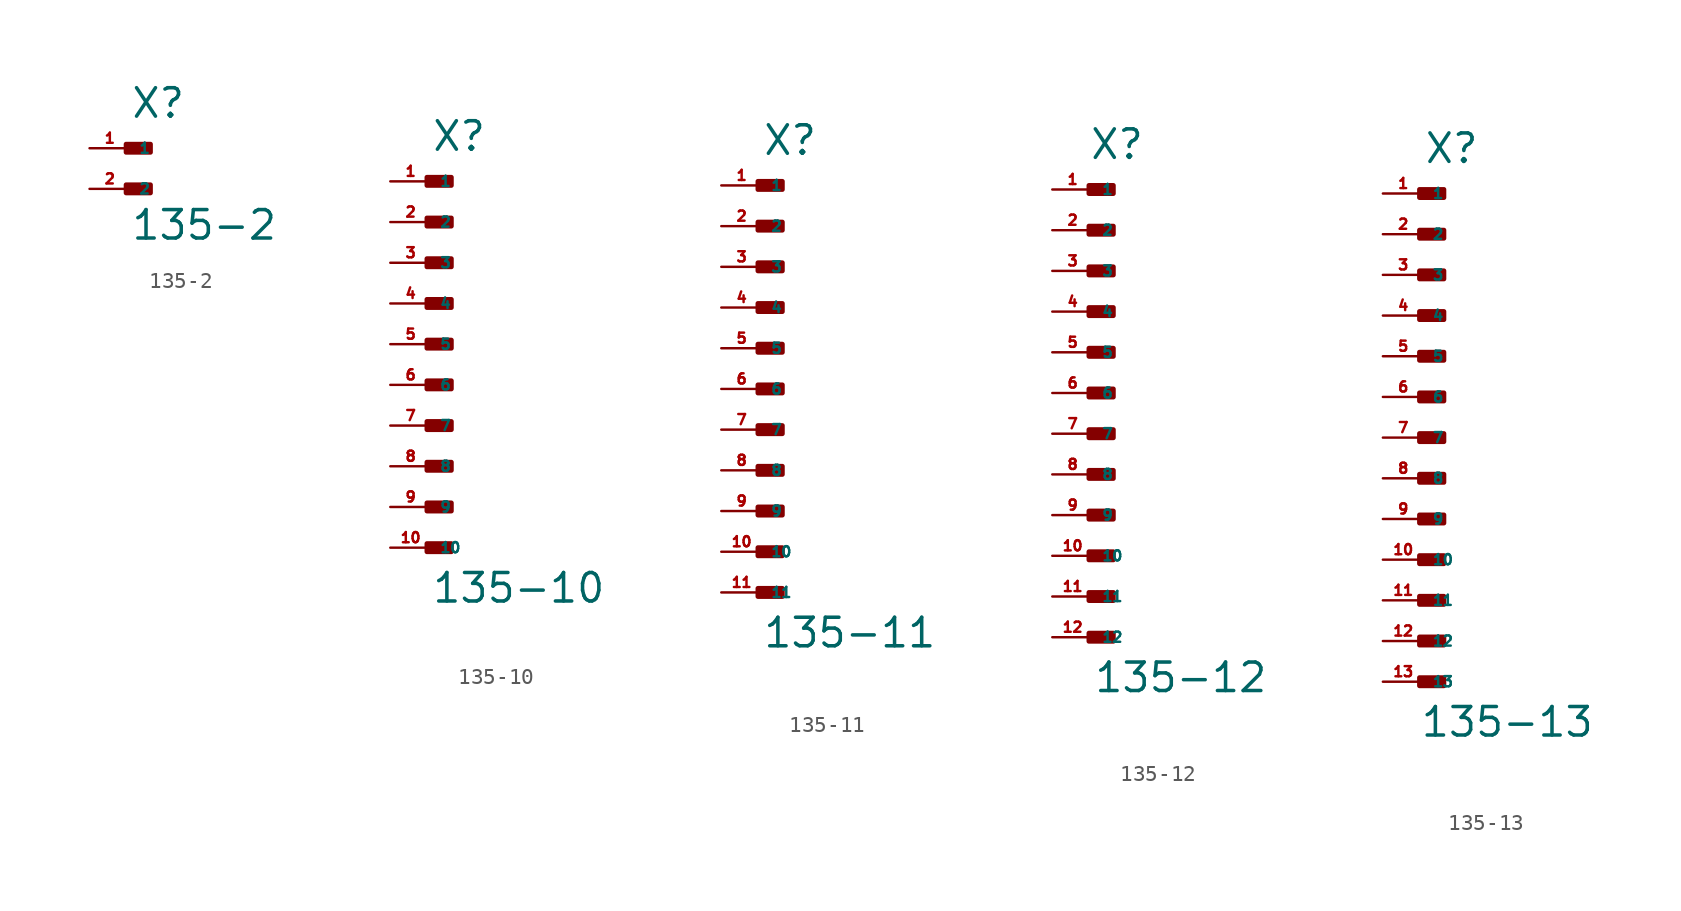
<source format=kicad_sym>
(kicad_symbol_lib
  (version 20220914)
  (generator Eagle2Kicad)
  (symbol "135-2"
    (property "Reference" "X"
      (at 0 1.778 0)
      (effects (font (size 1.778 1.778) (thickness 0.22)) (justify left bottom)))
    (property "Value" "135-2"
      (at 0 -5.842 0)
      (effects (font (size 1.778 1.778) (thickness 0.22)) (justify left bottom)))
    (rectangle
      (start -0.254 -0.254)
      (end 1.27 0.254)
      (stroke (width 0.3) (type default))
      (fill (type outline)))
    (rectangle
      (start -0.254 -2.794)
      (end 1.27 -2.286)
      (stroke (width 0.3) (type default))
      (fill (type outline)))
    (pin passive line
      (at -2.54 0 0)
      (length 2.54)
      (name "1" (effects (font (size 0.635 0.635) (thickness 0.08)) (justify left bottom)))
      (number "1" (effects (font (size 0.635 0.635) (thickness 0.08)) (justify left bottom))))
    (pin passive line
      (at -2.54 -2.54 0)
      (length 2.54)
      (name "2" (effects (font (size 0.635 0.635) (thickness 0.08)) (justify left bottom)))
      (number "2" (effects (font (size 0.635 0.635) (thickness 0.08)) (justify left bottom)))))
  (symbol "135-10"
    (property "Reference" "X"
      (at 0 11.938 0)
      (effects (font (size 1.778 1.778) (thickness 0.22)) (justify left bottom)))
    (property "Value" "135-10"
      (at 0 -16.256 0)
      (effects (font (size 1.778 1.778) (thickness 0.22)) (justify left bottom)))
    (rectangle
      (start -0.254 9.906)
      (end 1.27 10.414)
      (stroke (width 0.3) (type default))
      (fill (type outline)))
    (rectangle
      (start -0.254 7.366)
      (end 1.27 7.874)
      (stroke (width 0.3) (type default))
      (fill (type outline)))
    (rectangle
      (start -0.254 4.826)
      (end 1.27 5.334)
      (stroke (width 0.3) (type default))
      (fill (type outline)))
    (rectangle
      (start -0.254 2.286)
      (end 1.27 2.794)
      (stroke (width 0.3) (type default))
      (fill (type outline)))
    (rectangle
      (start -0.254 -0.254)
      (end 1.27 0.254)
      (stroke (width 0.3) (type default))
      (fill (type outline)))
    (rectangle
      (start -0.254 -2.794)
      (end 1.27 -2.286)
      (stroke (width 0.3) (type default))
      (fill (type outline)))
    (rectangle
      (start -0.254 -5.334)
      (end 1.27 -4.826)
      (stroke (width 0.3) (type default))
      (fill (type outline)))
    (rectangle
      (start -0.254 -7.874)
      (end 1.27 -7.366)
      (stroke (width 0.3) (type default))
      (fill (type outline)))
    (rectangle
      (start -0.254 -10.414)
      (end 1.27 -9.906)
      (stroke (width 0.3) (type default))
      (fill (type outline)))
    (rectangle
      (start -0.254 -12.954)
      (end 1.27 -12.446)
      (stroke (width 0.3) (type default))
      (fill (type outline)))
    (pin passive line
      (at -2.54 10.16 0)
      (length 2.54)
      (name "1" (effects (font (size 0.635 0.635) (thickness 0.08)) (justify left bottom)))
      (number "1" (effects (font (size 0.635 0.635) (thickness 0.08)) (justify left bottom))))
    (pin passive line
      (at -2.54 7.62 0)
      (length 2.54)
      (name "2" (effects (font (size 0.635 0.635) (thickness 0.08)) (justify left bottom)))
      (number "2" (effects (font (size 0.635 0.635) (thickness 0.08)) (justify left bottom))))
    (pin passive line
      (at -2.54 5.08 0)
      (length 2.54)
      (name "3" (effects (font (size 0.635 0.635) (thickness 0.08)) (justify left bottom)))
      (number "3" (effects (font (size 0.635 0.635) (thickness 0.08)) (justify left bottom))))
    (pin passive line
      (at -2.54 2.54 0)
      (length 2.54)
      (name "4" (effects (font (size 0.635 0.635) (thickness 0.08)) (justify left bottom)))
      (number "4" (effects (font (size 0.635 0.635) (thickness 0.08)) (justify left bottom))))
    (pin passive line
      (at -2.54 0 0)
      (length 2.54)
      (name "5" (effects (font (size 0.635 0.635) (thickness 0.08)) (justify left bottom)))
      (number "5" (effects (font (size 0.635 0.635) (thickness 0.08)) (justify left bottom))))
    (pin passive line
      (at -2.54 -2.54 0)
      (length 2.54)
      (name "6" (effects (font (size 0.635 0.635) (thickness 0.08)) (justify left bottom)))
      (number "6" (effects (font (size 0.635 0.635) (thickness 0.08)) (justify left bottom))))
    (pin passive line
      (at -2.54 -5.08 0)
      (length 2.54)
      (name "7" (effects (font (size 0.635 0.635) (thickness 0.08)) (justify left bottom)))
      (number "7" (effects (font (size 0.635 0.635) (thickness 0.08)) (justify left bottom))))
    (pin passive line
      (at -2.54 -7.62 0)
      (length 2.54)
      (name "8" (effects (font (size 0.635 0.635) (thickness 0.08)) (justify left bottom)))
      (number "8" (effects (font (size 0.635 0.635) (thickness 0.08)) (justify left bottom))))
    (pin passive line
      (at -2.54 -10.16 0)
      (length 2.54)
      (name "9" (effects (font (size 0.635 0.635) (thickness 0.08)) (justify left bottom)))
      (number "9" (effects (font (size 0.635 0.635) (thickness 0.08)) (justify left bottom))))
    (pin passive line
      (at -2.54 -12.7 0)
      (length 2.54)
      (name "10" (effects (font (size 0.635 0.635) (thickness 0.08)) (justify left bottom)))
      (number "10" (effects (font (size 0.635 0.635) (thickness 0.08)) (justify left bottom)))))
  (symbol "135-11"
    (property "Reference" "X"
      (at 0 14.478 0)
      (effects (font (size 1.778 1.778) (thickness 0.22)) (justify left bottom)))
    (property "Value" "135-11"
      (at 0 -16.256 0)
      (effects (font (size 1.778 1.778) (thickness 0.22)) (justify left bottom)))
    (rectangle
      (start -0.254 12.446)
      (end 1.27 12.954)
      (stroke (width 0.3) (type default))
      (fill (type outline)))
    (rectangle
      (start -0.254 9.906)
      (end 1.27 10.414)
      (stroke (width 0.3) (type default))
      (fill (type outline)))
    (rectangle
      (start -0.254 7.366)
      (end 1.27 7.874)
      (stroke (width 0.3) (type default))
      (fill (type outline)))
    (rectangle
      (start -0.254 4.826)
      (end 1.27 5.334)
      (stroke (width 0.3) (type default))
      (fill (type outline)))
    (rectangle
      (start -0.254 2.286)
      (end 1.27 2.794)
      (stroke (width 0.3) (type default))
      (fill (type outline)))
    (rectangle
      (start -0.254 -0.254)
      (end 1.27 0.254)
      (stroke (width 0.3) (type default))
      (fill (type outline)))
    (rectangle
      (start -0.254 -2.794)
      (end 1.27 -2.286)
      (stroke (width 0.3) (type default))
      (fill (type outline)))
    (rectangle
      (start -0.254 -5.334)
      (end 1.27 -4.826)
      (stroke (width 0.3) (type default))
      (fill (type outline)))
    (rectangle
      (start -0.254 -7.874)
      (end 1.27 -7.366)
      (stroke (width 0.3) (type default))
      (fill (type outline)))
    (rectangle
      (start -0.254 -10.414)
      (end 1.27 -9.906)
      (stroke (width 0.3) (type default))
      (fill (type outline)))
    (rectangle
      (start -0.254 -12.954)
      (end 1.27 -12.446)
      (stroke (width 0.3) (type default))
      (fill (type outline)))
    (pin passive line
      (at -2.54 12.7 0)
      (length 2.54)
      (name "1" (effects (font (size 0.635 0.635) (thickness 0.08)) (justify left bottom)))
      (number "1" (effects (font (size 0.635 0.635) (thickness 0.08)) (justify left bottom))))
    (pin passive line
      (at -2.54 10.16 0)
      (length 2.54)
      (name "2" (effects (font (size 0.635 0.635) (thickness 0.08)) (justify left bottom)))
      (number "2" (effects (font (size 0.635 0.635) (thickness 0.08)) (justify left bottom))))
    (pin passive line
      (at -2.54 7.62 0)
      (length 2.54)
      (name "3" (effects (font (size 0.635 0.635) (thickness 0.08)) (justify left bottom)))
      (number "3" (effects (font (size 0.635 0.635) (thickness 0.08)) (justify left bottom))))
    (pin passive line
      (at -2.54 5.08 0)
      (length 2.54)
      (name "4" (effects (font (size 0.635 0.635) (thickness 0.08)) (justify left bottom)))
      (number "4" (effects (font (size 0.635 0.635) (thickness 0.08)) (justify left bottom))))
    (pin passive line
      (at -2.54 2.54 0)
      (length 2.54)
      (name "5" (effects (font (size 0.635 0.635) (thickness 0.08)) (justify left bottom)))
      (number "5" (effects (font (size 0.635 0.635) (thickness 0.08)) (justify left bottom))))
    (pin passive line
      (at -2.54 0 0)
      (length 2.54)
      (name "6" (effects (font (size 0.635 0.635) (thickness 0.08)) (justify left bottom)))
      (number "6" (effects (font (size 0.635 0.635) (thickness 0.08)) (justify left bottom))))
    (pin passive line
      (at -2.54 -2.54 0)
      (length 2.54)
      (name "7" (effects (font (size 0.635 0.635) (thickness 0.08)) (justify left bottom)))
      (number "7" (effects (font (size 0.635 0.635) (thickness 0.08)) (justify left bottom))))
    (pin passive line
      (at -2.54 -5.08 0)
      (length 2.54)
      (name "8" (effects (font (size 0.635 0.635) (thickness 0.08)) (justify left bottom)))
      (number "8" (effects (font (size 0.635 0.635) (thickness 0.08)) (justify left bottom))))
    (pin passive line
      (at -2.54 -7.62 0)
      (length 2.54)
      (name "9" (effects (font (size 0.635 0.635) (thickness 0.08)) (justify left bottom)))
      (number "9" (effects (font (size 0.635 0.635) (thickness 0.08)) (justify left bottom))))
    (pin passive line
      (at -2.54 -10.16 0)
      (length 2.54)
      (name "10" (effects (font (size 0.635 0.635) (thickness 0.08)) (justify left bottom)))
      (number "10" (effects (font (size 0.635 0.635) (thickness 0.08)) (justify left bottom))))
    (pin passive line
      (at -2.54 -12.7 0)
      (length 2.54)
      (name "11" (effects (font (size 0.635 0.635) (thickness 0.08)) (justify left bottom)))
      (number "11" (effects (font (size 0.635 0.635) (thickness 0.08)) (justify left bottom)))))
  (symbol "135-12"
    (property "Reference" "X"
      (at -0.254 14.478 0)
      (effects (font (size 1.778 1.778) (thickness 0.22)) (justify left bottom)))
    (property "Value" "135-12"
      (at 0 -18.796 0)
      (effects (font (size 1.778 1.778) (thickness 0.22)) (justify left bottom)))
    (rectangle
      (start -0.254 12.446)
      (end 1.27 12.954)
      (stroke (width 0.3) (type default))
      (fill (type outline)))
    (rectangle
      (start -0.254 9.906)
      (end 1.27 10.414)
      (stroke (width 0.3) (type default))
      (fill (type outline)))
    (rectangle
      (start -0.254 7.366)
      (end 1.27 7.874)
      (stroke (width 0.3) (type default))
      (fill (type outline)))
    (rectangle
      (start -0.254 4.826)
      (end 1.27 5.334)
      (stroke (width 0.3) (type default))
      (fill (type outline)))
    (rectangle
      (start -0.254 2.286)
      (end 1.27 2.794)
      (stroke (width 0.3) (type default))
      (fill (type outline)))
    (rectangle
      (start -0.254 -0.254)
      (end 1.27 0.254)
      (stroke (width 0.3) (type default))
      (fill (type outline)))
    (rectangle
      (start -0.254 -2.794)
      (end 1.27 -2.286)
      (stroke (width 0.3) (type default))
      (fill (type outline)))
    (rectangle
      (start -0.254 -5.334)
      (end 1.27 -4.826)
      (stroke (width 0.3) (type default))
      (fill (type outline)))
    (rectangle
      (start -0.254 -7.874)
      (end 1.27 -7.366)
      (stroke (width 0.3) (type default))
      (fill (type outline)))
    (rectangle
      (start -0.254 -10.414)
      (end 1.27 -9.906)
      (stroke (width 0.3) (type default))
      (fill (type outline)))
    (rectangle
      (start -0.254 -12.954)
      (end 1.27 -12.446)
      (stroke (width 0.3) (type default))
      (fill (type outline)))
    (rectangle
      (start -0.254 -15.494)
      (end 1.27 -14.986)
      (stroke (width 0.3) (type default))
      (fill (type outline)))
    (pin passive line
      (at -2.54 12.7 0)
      (length 2.54)
      (name "1" (effects (font (size 0.635 0.635) (thickness 0.08)) (justify left bottom)))
      (number "1" (effects (font (size 0.635 0.635) (thickness 0.08)) (justify left bottom))))
    (pin passive line
      (at -2.54 10.16 0)
      (length 2.54)
      (name "2" (effects (font (size 0.635 0.635) (thickness 0.08)) (justify left bottom)))
      (number "2" (effects (font (size 0.635 0.635) (thickness 0.08)) (justify left bottom))))
    (pin passive line
      (at -2.54 7.62 0)
      (length 2.54)
      (name "3" (effects (font (size 0.635 0.635) (thickness 0.08)) (justify left bottom)))
      (number "3" (effects (font (size 0.635 0.635) (thickness 0.08)) (justify left bottom))))
    (pin passive line
      (at -2.54 5.08 0)
      (length 2.54)
      (name "4" (effects (font (size 0.635 0.635) (thickness 0.08)) (justify left bottom)))
      (number "4" (effects (font (size 0.635 0.635) (thickness 0.08)) (justify left bottom))))
    (pin passive line
      (at -2.54 2.54 0)
      (length 2.54)
      (name "5" (effects (font (size 0.635 0.635) (thickness 0.08)) (justify left bottom)))
      (number "5" (effects (font (size 0.635 0.635) (thickness 0.08)) (justify left bottom))))
    (pin passive line
      (at -2.54 0 0)
      (length 2.54)
      (name "6" (effects (font (size 0.635 0.635) (thickness 0.08)) (justify left bottom)))
      (number "6" (effects (font (size 0.635 0.635) (thickness 0.08)) (justify left bottom))))
    (pin passive line
      (at -2.54 -2.54 0)
      (length 2.54)
      (name "7" (effects (font (size 0.635 0.635) (thickness 0.08)) (justify left bottom)))
      (number "7" (effects (font (size 0.635 0.635) (thickness 0.08)) (justify left bottom))))
    (pin passive line
      (at -2.54 -5.08 0)
      (length 2.54)
      (name "8" (effects (font (size 0.635 0.635) (thickness 0.08)) (justify left bottom)))
      (number "8" (effects (font (size 0.635 0.635) (thickness 0.08)) (justify left bottom))))
    (pin passive line
      (at -2.54 -7.62 0)
      (length 2.54)
      (name "9" (effects (font (size 0.635 0.635) (thickness 0.08)) (justify left bottom)))
      (number "9" (effects (font (size 0.635 0.635) (thickness 0.08)) (justify left bottom))))
    (pin passive line
      (at -2.54 -10.16 0)
      (length 2.54)
      (name "10" (effects (font (size 0.635 0.635) (thickness 0.08)) (justify left bottom)))
      (number "10" (effects (font (size 0.635 0.635) (thickness 0.08)) (justify left bottom))))
    (pin passive line
      (at -2.54 -12.7 0)
      (length 2.54)
      (name "11" (effects (font (size 0.635 0.635) (thickness 0.08)) (justify left bottom)))
      (number "11" (effects (font (size 0.635 0.635) (thickness 0.08)) (justify left bottom))))
    (pin passive line
      (at -2.54 -15.24 0)
      (length 2.54)
      (name "12" (effects (font (size 0.635 0.635) (thickness 0.08)) (justify left bottom)))
      (number "12" (effects (font (size 0.635 0.635) (thickness 0.08)) (justify left bottom)))))
  (symbol "135-13"
    (property "Reference" "X"
      (at 0 17.018 0)
      (effects (font (size 1.778 1.778) (thickness 0.22)) (justify left bottom)))
    (property "Value" "135-13"
      (at -0.254 -18.796 0)
      (effects (font (size 1.778 1.778) (thickness 0.22)) (justify left bottom)))
    (rectangle
      (start -0.254 14.986)
      (end 1.27 15.494)
      (stroke (width 0.3) (type default))
      (fill (type outline)))
    (rectangle
      (start -0.254 12.446)
      (end 1.27 12.954)
      (stroke (width 0.3) (type default))
      (fill (type outline)))
    (rectangle
      (start -0.254 9.906)
      (end 1.27 10.414)
      (stroke (width 0.3) (type default))
      (fill (type outline)))
    (rectangle
      (start -0.254 7.366)
      (end 1.27 7.874)
      (stroke (width 0.3) (type default))
      (fill (type outline)))
    (rectangle
      (start -0.254 4.826)
      (end 1.27 5.334)
      (stroke (width 0.3) (type default))
      (fill (type outline)))
    (rectangle
      (start -0.254 2.286)
      (end 1.27 2.794)
      (stroke (width 0.3) (type default))
      (fill (type outline)))
    (rectangle
      (start -0.254 -0.254)
      (end 1.27 0.254)
      (stroke (width 0.3) (type default))
      (fill (type outline)))
    (rectangle
      (start -0.254 -2.794)
      (end 1.27 -2.286)
      (stroke (width 0.3) (type default))
      (fill (type outline)))
    (rectangle
      (start -0.254 -5.334)
      (end 1.27 -4.826)
      (stroke (width 0.3) (type default))
      (fill (type outline)))
    (rectangle
      (start -0.254 -7.874)
      (end 1.27 -7.366)
      (stroke (width 0.3) (type default))
      (fill (type outline)))
    (rectangle
      (start -0.254 -10.414)
      (end 1.27 -9.906)
      (stroke (width 0.3) (type default))
      (fill (type outline)))
    (rectangle
      (start -0.254 -12.954)
      (end 1.27 -12.446)
      (stroke (width 0.3) (type default))
      (fill (type outline)))
    (rectangle
      (start -0.254 -15.494)
      (end 1.27 -14.986)
      (stroke (width 0.3) (type default))
      (fill (type outline)))
    (pin passive line
      (at -2.54 15.24 0)
      (length 2.54)
      (name "1" (effects (font (size 0.635 0.635) (thickness 0.08)) (justify left bottom)))
      (number "1" (effects (font (size 0.635 0.635) (thickness 0.08)) (justify left bottom))))
    (pin passive line
      (at -2.54 12.7 0)
      (length 2.54)
      (name "2" (effects (font (size 0.635 0.635) (thickness 0.08)) (justify left bottom)))
      (number "2" (effects (font (size 0.635 0.635) (thickness 0.08)) (justify left bottom))))
    (pin passive line
      (at -2.54 10.16 0)
      (length 2.54)
      (name "3" (effects (font (size 0.635 0.635) (thickness 0.08)) (justify left bottom)))
      (number "3" (effects (font (size 0.635 0.635) (thickness 0.08)) (justify left bottom))))
    (pin passive line
      (at -2.54 7.62 0)
      (length 2.54)
      (name "4" (effects (font (size 0.635 0.635) (thickness 0.08)) (justify left bottom)))
      (number "4" (effects (font (size 0.635 0.635) (thickness 0.08)) (justify left bottom))))
    (pin passive line
      (at -2.54 5.08 0)
      (length 2.54)
      (name "5" (effects (font (size 0.635 0.635) (thickness 0.08)) (justify left bottom)))
      (number "5" (effects (font (size 0.635 0.635) (thickness 0.08)) (justify left bottom))))
    (pin passive line
      (at -2.54 2.54 0)
      (length 2.54)
      (name "6" (effects (font (size 0.635 0.635) (thickness 0.08)) (justify left bottom)))
      (number "6" (effects (font (size 0.635 0.635) (thickness 0.08)) (justify left bottom))))
    (pin passive line
      (at -2.54 0 0)
      (length 2.54)
      (name "7" (effects (font (size 0.635 0.635) (thickness 0.08)) (justify left bottom)))
      (number "7" (effects (font (size 0.635 0.635) (thickness 0.08)) (justify left bottom))))
    (pin passive line
      (at -2.54 -2.54 0)
      (length 2.54)
      (name "8" (effects (font (size 0.635 0.635) (thickness 0.08)) (justify left bottom)))
      (number "8" (effects (font (size 0.635 0.635) (thickness 0.08)) (justify left bottom))))
    (pin passive line
      (at -2.54 -5.08 0)
      (length 2.54)
      (name "9" (effects (font (size 0.635 0.635) (thickness 0.08)) (justify left bottom)))
      (number "9" (effects (font (size 0.635 0.635) (thickness 0.08)) (justify left bottom))))
    (pin passive line
      (at -2.54 -7.62 0)
      (length 2.54)
      (name "10" (effects (font (size 0.635 0.635) (thickness 0.08)) (justify left bottom)))
      (number "10" (effects (font (size 0.635 0.635) (thickness 0.08)) (justify left bottom))))
    (pin passive line
      (at -2.54 -10.16 0)
      (length 2.54)
      (name "11" (effects (font (size 0.635 0.635) (thickness 0.08)) (justify left bottom)))
      (number "11" (effects (font (size 0.635 0.635) (thickness 0.08)) (justify left bottom))))
    (pin passive line
      (at -2.54 -12.7 0)
      (length 2.54)
      (name "12" (effects (font (size 0.635 0.635) (thickness 0.08)) (justify left bottom)))
      (number "12" (effects (font (size 0.635 0.635) (thickness 0.08)) (justify left bottom))))
    (pin passive line
      (at -2.54 -15.24 0)
      (length 2.54)
      (name "13" (effects (font (size 0.635 0.635) (thickness 0.08)) (justify left bottom)))
      (number "13" (effects (font (size 0.635 0.635) (thickness 0.08)) (justify left bottom))))))
</source>
